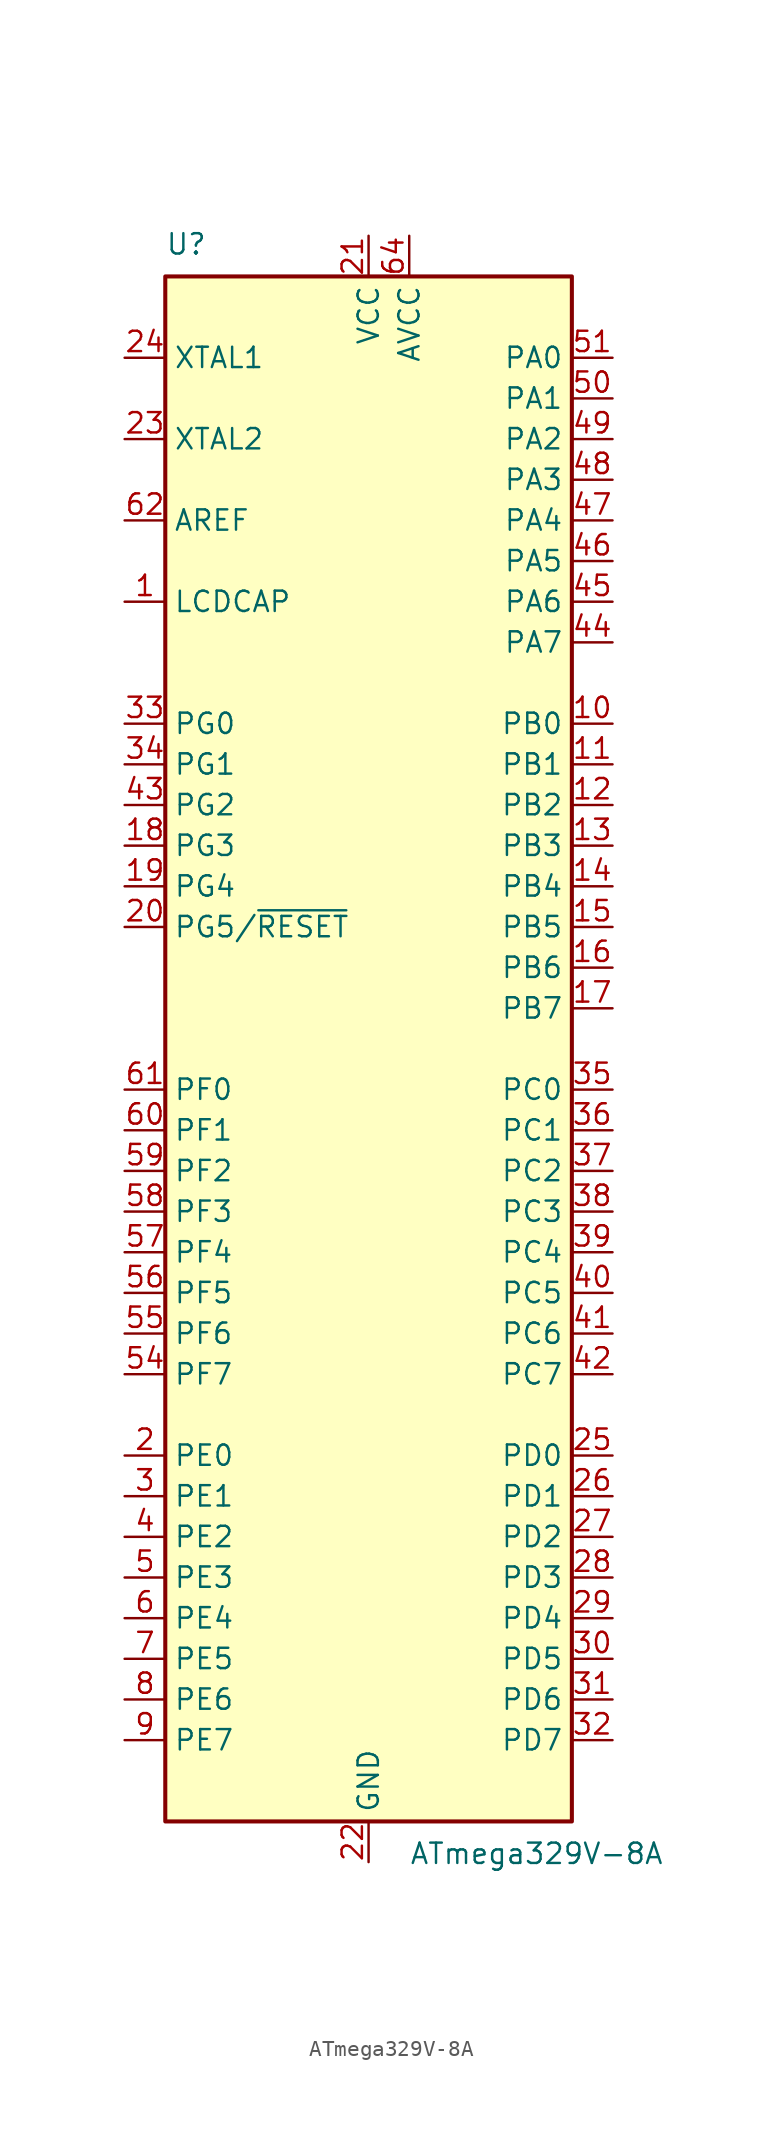
<source format=kicad_sym>
(kicad_symbol_lib
  (version 20241209)
  (generator "kicad_symbol_editor")
  (generator_version "9.0")
  (symbol "ATmega329V-8A"
    (property "Reference" "U"
      (at -12.7 49.53 0)
      (effects (font (size 1.27 1.27)) (justify left bottom)))
    (property "Value" "ATmega329V-8A"
      (at 2.54 -49.53 0)
      (effects (font (size 1.27 1.27)) (justify left top)))
    (symbol "ATmega329V-8A_0_1"
      (rectangle (start -12.7 -48.26) (end 12.7 48.26) (stroke (width 0.254) (type default)) (fill (type background))))
    (symbol "ATmega329V-8A_1_1"
      (pin input line (at -15.24 43.18 0) (length 2.54) (name "XTAL1" (effects (font (size 1.27 1.27)))) (number "24" (effects (font (size 1.27 1.27)))))
      (pin output line (at -15.24 38.1 0) (length 2.54) (name "XTAL2" (effects (font (size 1.27 1.27)))) (number "23" (effects (font (size 1.27 1.27)))))
      (pin passive line (at -15.24 33.02 0) (length 2.54) (name "AREF" (effects (font (size 1.27 1.27)))) (number "62" (effects (font (size 1.27 1.27)))))
      (pin passive line (at -15.24 27.94 0) (length 2.54) (name "LCDCAP" (effects (font (size 1.27 1.27)))) (number "1" (effects (font (size 1.27 1.27)))))
      (pin bidirectional line (at -15.24 20.32 0) (length 2.54) (name "PG0" (effects (font (size 1.27 1.27)))) (number "33" (effects (font (size 1.27 1.27)))))
      (pin bidirectional line (at -15.24 17.78 0) (length 2.54) (name "PG1" (effects (font (size 1.27 1.27)))) (number "34" (effects (font (size 1.27 1.27)))))
      (pin bidirectional line (at -15.24 15.24 0) (length 2.54) (name "PG2" (effects (font (size 1.27 1.27)))) (number "43" (effects (font (size 1.27 1.27)))))
      (pin bidirectional line (at -15.24 12.7 0) (length 2.54) (name "PG3" (effects (font (size 1.27 1.27)))) (number "18" (effects (font (size 1.27 1.27)))))
      (pin bidirectional line (at -15.24 10.16 0) (length 2.54) (name "PG4" (effects (font (size 1.27 1.27)))) (number "19" (effects (font (size 1.27 1.27)))))
      (pin bidirectional line (at -15.24 7.62 0) (length 2.54) (name "PG5/~{RESET}" (effects (font (size 1.27 1.27)))) (number "20" (effects (font (size 1.27 1.27)))))
      (pin bidirectional line (at -15.24 -2.54 0) (length 2.54) (name "PF0" (effects (font (size 1.27 1.27)))) (number "61" (effects (font (size 1.27 1.27)))))
      (pin bidirectional line (at -15.24 -5.08 0) (length 2.54) (name "PF1" (effects (font (size 1.27 1.27)))) (number "60" (effects (font (size 1.27 1.27)))))
      (pin bidirectional line (at -15.24 -7.62 0) (length 2.54) (name "PF2" (effects (font (size 1.27 1.27)))) (number "59" (effects (font (size 1.27 1.27)))))
      (pin bidirectional line (at -15.24 -10.16 0) (length 2.54) (name "PF3" (effects (font (size 1.27 1.27)))) (number "58" (effects (font (size 1.27 1.27)))))
      (pin bidirectional line (at -15.24 -12.7 0) (length 2.54) (name "PF4" (effects (font (size 1.27 1.27)))) (number "57" (effects (font (size 1.27 1.27)))))
      (pin bidirectional line (at -15.24 -15.24 0) (length 2.54) (name "PF5" (effects (font (size 1.27 1.27)))) (number "56" (effects (font (size 1.27 1.27)))))
      (pin bidirectional line (at -15.24 -17.78 0) (length 2.54) (name "PF6" (effects (font (size 1.27 1.27)))) (number "55" (effects (font (size 1.27 1.27)))))
      (pin bidirectional line (at -15.24 -20.32 0) (length 2.54) (name "PF7" (effects (font (size 1.27 1.27)))) (number "54" (effects (font (size 1.27 1.27)))))
      (pin bidirectional line (at -15.24 -25.4 0) (length 2.54) (name "PE0" (effects (font (size 1.27 1.27)))) (number "2" (effects (font (size 1.27 1.27)))))
      (pin bidirectional line (at -15.24 -27.94 0) (length 2.54) (name "PE1" (effects (font (size 1.27 1.27)))) (number "3" (effects (font (size 1.27 1.27)))))
      (pin bidirectional line (at -15.24 -30.48 0) (length 2.54) (name "PE2" (effects (font (size 1.27 1.27)))) (number "4" (effects (font (size 1.27 1.27)))))
      (pin bidirectional line (at -15.24 -33.02 0) (length 2.54) (name "PE3" (effects (font (size 1.27 1.27)))) (number "5" (effects (font (size 1.27 1.27)))))
      (pin bidirectional line (at -15.24 -35.56 0) (length 2.54) (name "PE4" (effects (font (size 1.27 1.27)))) (number "6" (effects (font (size 1.27 1.27)))))
      (pin bidirectional line (at -15.24 -38.1 0) (length 2.54) (name "PE5" (effects (font (size 1.27 1.27)))) (number "7" (effects (font (size 1.27 1.27)))))
      (pin bidirectional line (at -15.24 -40.64 0) (length 2.54) (name "PE6" (effects (font (size 1.27 1.27)))) (number "8" (effects (font (size 1.27 1.27)))))
      (pin bidirectional line (at -15.24 -43.18 0) (length 2.54) (name "PE7" (effects (font (size 1.27 1.27)))) (number "9" (effects (font (size 1.27 1.27)))))
      (pin power_in line (at 0 50.8 270) (length 2.54) (name "VCC" (effects (font (size 1.27 1.27)))) (number "21" (effects (font (size 1.27 1.27)))))
      (pin passive line (at 0 50.8 270) (length 2.54) (hide yes) (name "VCC" (effects (font (size 1.27 1.27)))) (number "52" (effects (font (size 1.27 1.27)))))
      (pin power_in line (at 0 -50.8 90) (length 2.54) (name "GND" (effects (font (size 1.27 1.27)))) (number "22" (effects (font (size 1.27 1.27)))))
      (pin passive line (at 0 -50.8 90) (length 2.54) (hide yes) (name "GND" (effects (font (size 1.27 1.27)))) (number "53" (effects (font (size 1.27 1.27)))))
      (pin passive line (at 0 -50.8 90) (length 2.54) (hide yes) (name "GND" (effects (font (size 1.27 1.27)))) (number "63" (effects (font (size 1.27 1.27)))))
      (pin power_in line (at 2.54 50.8 270) (length 2.54) (name "AVCC" (effects (font (size 1.27 1.27)))) (number "64" (effects (font (size 1.27 1.27)))))
      (pin bidirectional line (at 15.24 43.18 180) (length 2.54) (name "PA0" (effects (font (size 1.27 1.27)))) (number "51" (effects (font (size 1.27 1.27)))))
      (pin bidirectional line (at 15.24 40.64 180) (length 2.54) (name "PA1" (effects (font (size 1.27 1.27)))) (number "50" (effects (font (size 1.27 1.27)))))
      (pin bidirectional line (at 15.24 38.1 180) (length 2.54) (name "PA2" (effects (font (size 1.27 1.27)))) (number "49" (effects (font (size 1.27 1.27)))))
      (pin bidirectional line (at 15.24 35.56 180) (length 2.54) (name "PA3" (effects (font (size 1.27 1.27)))) (number "48" (effects (font (size 1.27 1.27)))))
      (pin bidirectional line (at 15.24 33.02 180) (length 2.54) (name "PA4" (effects (font (size 1.27 1.27)))) (number "47" (effects (font (size 1.27 1.27)))))
      (pin bidirectional line (at 15.24 30.48 180) (length 2.54) (name "PA5" (effects (font (size 1.27 1.27)))) (number "46" (effects (font (size 1.27 1.27)))))
      (pin bidirectional line (at 15.24 27.94 180) (length 2.54) (name "PA6" (effects (font (size 1.27 1.27)))) (number "45" (effects (font (size 1.27 1.27)))))
      (pin bidirectional line (at 15.24 25.4 180) (length 2.54) (name "PA7" (effects (font (size 1.27 1.27)))) (number "44" (effects (font (size 1.27 1.27)))))
      (pin bidirectional line (at 15.24 20.32 180) (length 2.54) (name "PB0" (effects (font (size 1.27 1.27)))) (number "10" (effects (font (size 1.27 1.27)))))
      (pin bidirectional line (at 15.24 17.78 180) (length 2.54) (name "PB1" (effects (font (size 1.27 1.27)))) (number "11" (effects (font (size 1.27 1.27)))))
      (pin bidirectional line (at 15.24 15.24 180) (length 2.54) (name "PB2" (effects (font (size 1.27 1.27)))) (number "12" (effects (font (size 1.27 1.27)))))
      (pin bidirectional line (at 15.24 12.7 180) (length 2.54) (name "PB3" (effects (font (size 1.27 1.27)))) (number "13" (effects (font (size 1.27 1.27)))))
      (pin bidirectional line (at 15.24 10.16 180) (length 2.54) (name "PB4" (effects (font (size 1.27 1.27)))) (number "14" (effects (font (size 1.27 1.27)))))
      (pin bidirectional line (at 15.24 7.62 180) (length 2.54) (name "PB5" (effects (font (size 1.27 1.27)))) (number "15" (effects (font (size 1.27 1.27)))))
      (pin bidirectional line (at 15.24 5.08 180) (length 2.54) (name "PB6" (effects (font (size 1.27 1.27)))) (number "16" (effects (font (size 1.27 1.27)))))
      (pin bidirectional line (at 15.24 2.54 180) (length 2.54) (name "PB7" (effects (font (size 1.27 1.27)))) (number "17" (effects (font (size 1.27 1.27)))))
      (pin bidirectional line (at 15.24 -2.54 180) (length 2.54) (name "PC0" (effects (font (size 1.27 1.27)))) (number "35" (effects (font (size 1.27 1.27)))))
      (pin bidirectional line (at 15.24 -5.08 180) (length 2.54) (name "PC1" (effects (font (size 1.27 1.27)))) (number "36" (effects (font (size 1.27 1.27)))))
      (pin bidirectional line (at 15.24 -7.62 180) (length 2.54) (name "PC2" (effects (font (size 1.27 1.27)))) (number "37" (effects (font (size 1.27 1.27)))))
      (pin bidirectional line (at 15.24 -10.16 180) (length 2.54) (name "PC3" (effects (font (size 1.27 1.27)))) (number "38" (effects (font (size 1.27 1.27)))))
      (pin bidirectional line (at 15.24 -12.7 180) (length 2.54) (name "PC4" (effects (font (size 1.27 1.27)))) (number "39" (effects (font (size 1.27 1.27)))))
      (pin bidirectional line (at 15.24 -15.24 180) (length 2.54) (name "PC5" (effects (font (size 1.27 1.27)))) (number "40" (effects (font (size 1.27 1.27)))))
      (pin bidirectional line (at 15.24 -17.78 180) (length 2.54) (name "PC6" (effects (font (size 1.27 1.27)))) (number "41" (effects (font (size 1.27 1.27)))))
      (pin bidirectional line (at 15.24 -20.32 180) (length 2.54) (name "PC7" (effects (font (size 1.27 1.27)))) (number "42" (effects (font (size 1.27 1.27)))))
      (pin bidirectional line (at 15.24 -25.4 180) (length 2.54) (name "PD0" (effects (font (size 1.27 1.27)))) (number "25" (effects (font (size 1.27 1.27)))))
      (pin bidirectional line (at 15.24 -27.94 180) (length 2.54) (name "PD1" (effects (font (size 1.27 1.27)))) (number "26" (effects (font (size 1.27 1.27)))))
      (pin bidirectional line (at 15.24 -30.48 180) (length 2.54) (name "PD2" (effects (font (size 1.27 1.27)))) (number "27" (effects (font (size 1.27 1.27)))))
      (pin bidirectional line (at 15.24 -33.02 180) (length 2.54) (name "PD3" (effects (font (size 1.27 1.27)))) (number "28" (effects (font (size 1.27 1.27)))))
      (pin bidirectional line (at 15.24 -35.56 180) (length 2.54) (name "PD4" (effects (font (size 1.27 1.27)))) (number "29" (effects (font (size 1.27 1.27)))))
      (pin bidirectional line (at 15.24 -38.1 180) (length 2.54) (name "PD5" (effects (font (size 1.27 1.27)))) (number "30" (effects (font (size 1.27 1.27)))))
      (pin bidirectional line (at 15.24 -40.64 180) (length 2.54) (name "PD6" (effects (font (size 1.27 1.27)))) (number "31" (effects (font (size 1.27 1.27)))))
      (pin bidirectional line (at 15.24 -43.18 180) (length 2.54) (name "PD7" (effects (font (size 1.27 1.27)))) (number "32" (effects (font (size 1.27 1.27))))))))
</source>
